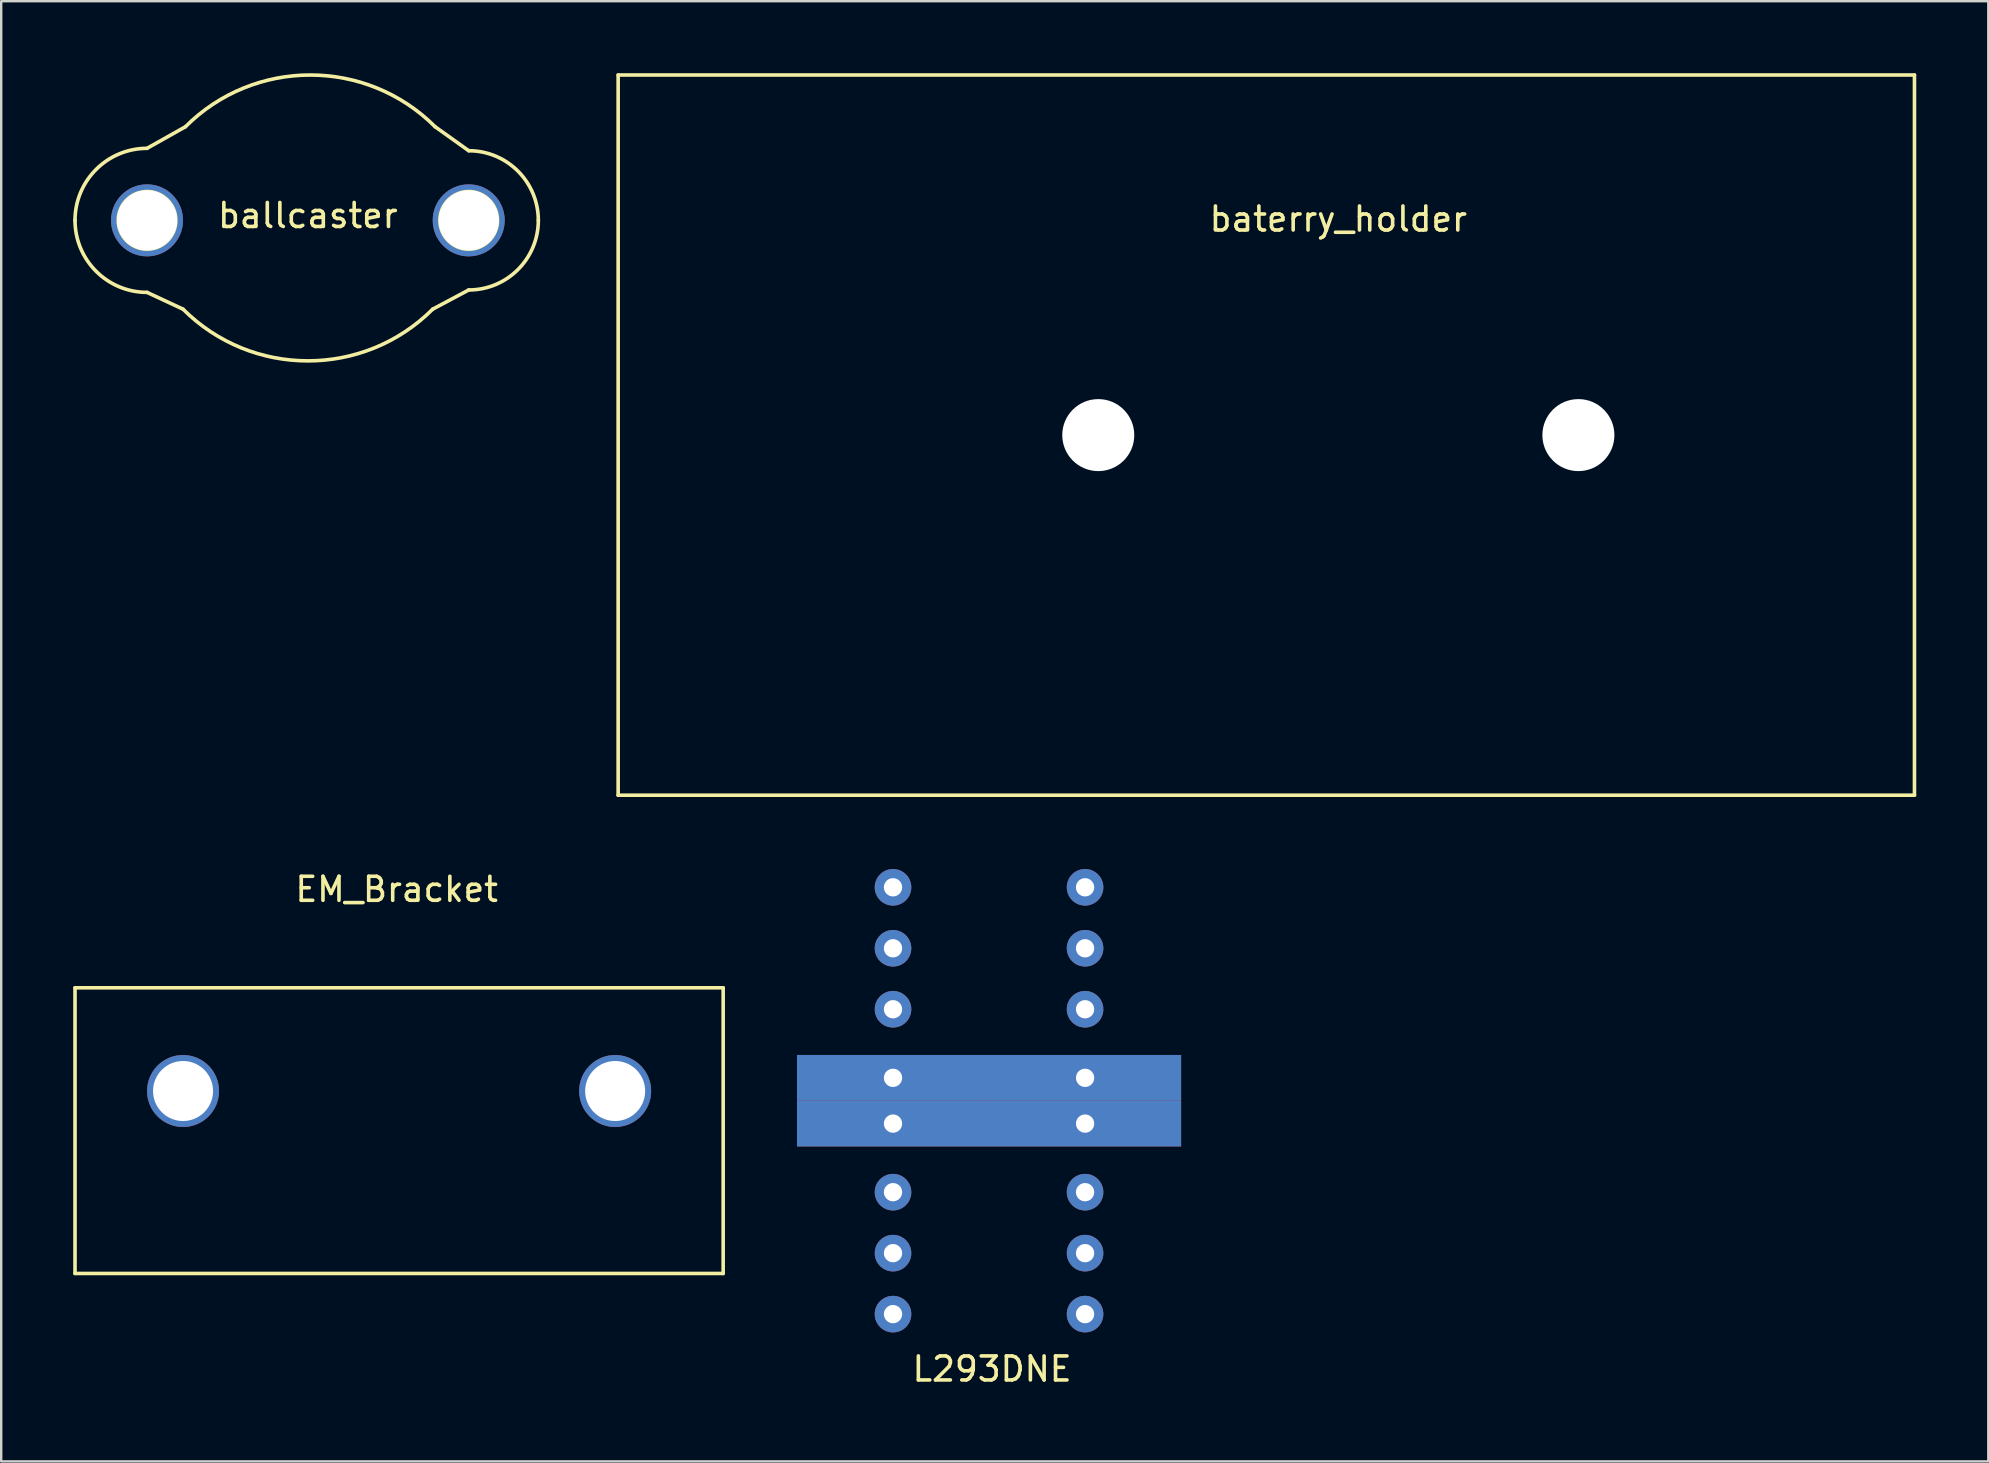
<source format=kicad_pcb>
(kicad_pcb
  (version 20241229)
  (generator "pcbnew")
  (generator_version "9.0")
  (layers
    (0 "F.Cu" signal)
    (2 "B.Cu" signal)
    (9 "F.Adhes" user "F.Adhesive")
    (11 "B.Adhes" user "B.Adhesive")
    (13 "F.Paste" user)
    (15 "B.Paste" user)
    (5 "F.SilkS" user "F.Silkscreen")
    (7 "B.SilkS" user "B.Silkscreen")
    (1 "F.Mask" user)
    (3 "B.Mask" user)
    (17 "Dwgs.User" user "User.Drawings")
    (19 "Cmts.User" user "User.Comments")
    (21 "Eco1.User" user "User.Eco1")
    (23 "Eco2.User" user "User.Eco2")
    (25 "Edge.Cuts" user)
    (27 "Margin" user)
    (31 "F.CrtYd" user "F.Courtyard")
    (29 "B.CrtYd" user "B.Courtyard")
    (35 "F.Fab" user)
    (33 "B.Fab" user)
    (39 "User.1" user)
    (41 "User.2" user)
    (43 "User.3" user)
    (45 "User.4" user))
  (footprint "baterry_holder"
    (layer "F.Cu")
    (at 22.7 15.075)
    (property "Reference" "baterry_holder" (at 30 -9 0) (layer "F.SilkS") (effects (font (size 1 1) (thickness 0.15))))
    (attr through_hole)
    (fp_line (start 0 -15) (end 54 -15) (stroke (width 0.15) (type solid)) (layer "F.SilkS"))
    (fp_line (start 0 15) (end 0 -15) (stroke (width 0.15) (type solid)) (layer "F.SilkS"))
    (fp_line (start 54 -15) (end 54 15) (stroke (width 0.15) (type solid)) (layer "F.SilkS"))
    (fp_line (start 54 15) (end 0 15) (stroke (width 0.15) (type solid)) (layer "F.SilkS"))
    (pad "" np_thru_hole circle (at 20 0) (size 3 3) (drill 3) (layers "*.Cu" "*.Mask"))
    (pad "" np_thru_hole circle (at 40 0) (size 3 3) (drill 3) (layers "*.Cu" "*.Mask")))
  (footprint "EM_Bracket"
    (layer "F.Cu")
    (at 13.575 42.398)
    (property "Reference" "EM_Bracket" (at -0.1 -8.4 0) (layer "F.SilkS") (effects (font (size 1 1) (thickness 0.15))))
    (attr through_hole)
    (fp_line (start -13.5 -4.3) (end 13.5 -4.3) (stroke (width 0.15) (type solid)) (layer "F.SilkS"))
    (fp_line (start -13.5 7.6) (end -13.5 -4.3) (stroke (width 0.15) (type solid)) (layer "F.SilkS"))
    (fp_line (start 13.5 -4.3) (end 13.5 7.6) (stroke (width 0.15) (type solid)) (layer "F.SilkS"))
    (fp_line (start 13.5 7.6) (end -13.5 7.6) (stroke (width 0.15) (type solid)) (layer "F.SilkS"))
    (pad "" np_thru_hole circle (at -9 0) (size 3 3) (drill 2.5) (layers "*.Cu" "*.Mask"))
    (pad "" np_thru_hole circle (at 9 0) (size 3 3) (drill 2.5) (layers "*.Cu" "*.Mask")))
  (footprint "L293DNE"
    (layer "F.Cu")
    (at 38.15 42.802)
    (property "Reference" "L293DNE" (at 0.127 11.176 0) (layer "F.SilkS") (effects (font (size 1 1) (thickness 0.15))))
    (attr through_hole)
    (pad "1" thru_hole circle (at -4 -8.89) (size 1.524 1.524) (drill 0.762) (layers "*.Cu" "*.Mask"))
    (pad "2" thru_hole circle (at -4 -6.35) (size 1.524 1.524) (drill 0.762) (layers "*.Cu" "*.Mask"))
    (pad "3" thru_hole circle (at -4 -3.81) (size 1.524 1.524) (drill 0.762) (layers "*.Cu" "*.Mask"))
    (pad "4" thru_hole rect (at -4 -0.953) (size 8 1.905) (drill 0.762) (layers "*.Cu" "*.Mask"))
    (pad "5" thru_hole rect (at -4 0.953) (size 8 1.905) (drill 0.762) (layers "*.Cu" "*.Mask"))
    (pad "6" thru_hole circle (at -4 3.81) (size 1.524 1.524) (drill 0.762) (layers "*.Cu" "*.Mask"))
    (pad "7" thru_hole circle (at -4 6.35) (size 1.524 1.524) (drill 0.762) (layers "*.Cu" "*.Mask"))
    (pad "8" thru_hole circle (at -4 8.89) (size 1.524 1.524) (drill 0.762) (layers "*.Cu" "*.Mask"))
    (pad "9" thru_hole circle (at 4 8.89) (size 1.524 1.524) (drill 0.762) (layers "*.Cu" "*.Mask"))
    (pad "10" thru_hole circle (at 4 6.35) (size 1.524 1.524) (drill 0.762) (layers "*.Cu" "*.Mask"))
    (pad "11" thru_hole circle (at 4 3.81) (size 1.524 1.524) (drill 0.762) (layers "*.Cu" "*.Mask"))
    (pad "12" thru_hole rect (at 4.001 0.953) (size 8 1.905) (drill 0.762) (layers "*.Cu" "*.Mask"))
    (pad "13" thru_hole rect (at 4.001 -0.953) (size 8 1.905) (drill 0.762) (layers "*.Cu" "*.Mask"))
    (pad "14" thru_hole circle (at 4 -3.81) (size 1.524 1.524) (drill 0.762) (layers "*.Cu" "*.Mask"))
    (pad "15" thru_hole circle (at 4 -6.35) (size 1.524 1.524) (drill 0.762) (layers "*.Cu" "*.Mask"))
    (pad "16" thru_hole circle (at 4 -8.89) (size 1.524 1.524) (drill 0.762) (layers "*.Cu" "*.Mask")))
  (footprint "ballcaster"
    (layer "F.Cu")
    (at 9.775 6.129)
    (property "Reference" "ballcaster" (at 0 -0.2 0) (layer "F.SilkS") (effects (font (size 1 1) (thickness 0.15))))
    (attr through_hole)
    (fp_line (start -6.7 -3) (end -5.1 -3.9) (stroke (width 0.15) (type solid)) (layer "F.SilkS"))
    (fp_line (start -5.2 3.7) (end -6.7 3) (stroke (width 0.15) (type solid)) (layer "F.SilkS"))
    (fp_line (start 5.2 3.7) (end 6.7 2.9) (stroke (width 0.15) (type solid)) (layer "F.SilkS"))
    (fp_line (start 6.7 -2.9) (end 5.3 -3.9) (stroke (width 0.15) (type solid)) (layer "F.SilkS"))
    (fp_arc (start -9.7 0) (mid -8.82132 -2.12132) (end -6.7 -3) (stroke (width 0.15) (type solid)) (layer "F.SilkS"))
    (fp_arc (start -6.7 3) (mid -8.82132 2.12132) (end -9.7 0) (stroke (width 0.15) (type solid)) (layer "F.SilkS"))
    (fp_arc (start -5.1 -3.9) (mid 0.1 -6.053911) (end 5.3 -3.9) (stroke (width 0.15) (type solid)) (layer "F.SilkS"))
    (fp_arc (start 5.2 3.7) (mid 0 5.853911) (end -5.2 3.7) (stroke (width 0.15) (type solid)) (layer "F.SilkS"))
    (fp_arc (start 6.7 -2.9) (mid 8.75061 -2.05061) (end 9.6 0) (stroke (width 0.15) (type solid)) (layer "F.SilkS"))
    (fp_arc (start 9.6 0) (mid 8.75061 2.05061) (end 6.7 2.9) (stroke (width 0.15) (type solid)) (layer "F.SilkS"))
    (fp_circle (center -6.7 0) (end -7.9 0) (stroke (width 0.15) (type solid)) (fill no) (layer "F.SilkS"))
    (fp_circle (center 6.7 0) (end 7.9 0) (stroke (width 0.15) (type solid)) (fill no) (layer "F.SilkS"))
    (pad "" np_thru_hole circle (at -6.7 0) (size 3 3) (drill 2.5) (layers "*.Cu" "*.Mask"))
    (pad "" np_thru_hole circle (at 6.7 0) (size 3 3) (drill 2.5) (layers "*.Cu" "*.Mask")))
  (gr_rect
    (start -3 -3)
    (end 79.775 57.826)
    (stroke (width 0.1) (type default))
    (fill no)
    (layer "Edge.Cuts")))
</source>
